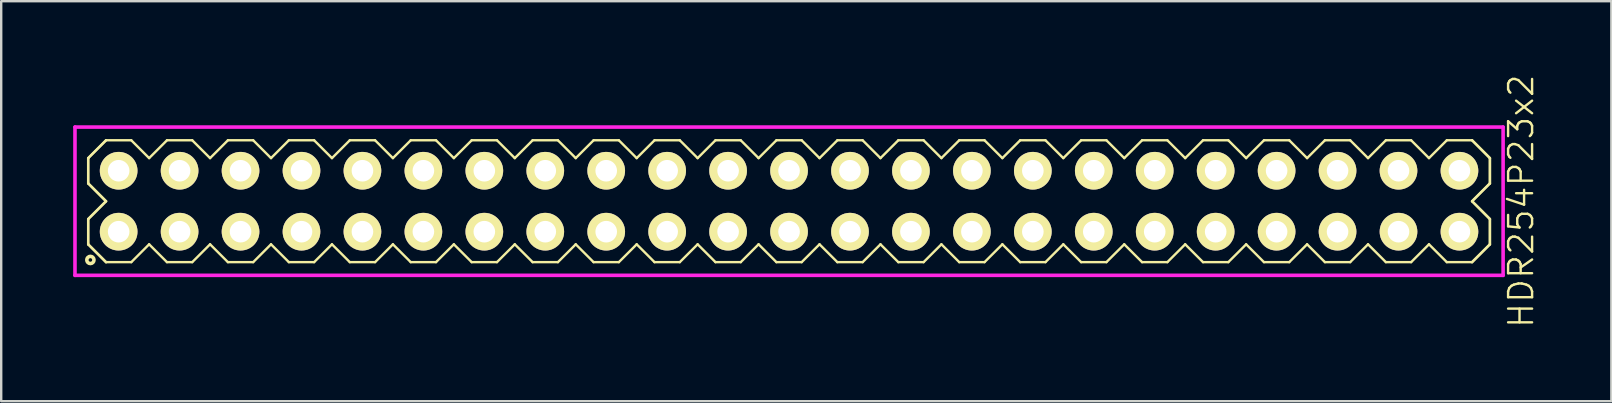
<source format=kicad_pcb>
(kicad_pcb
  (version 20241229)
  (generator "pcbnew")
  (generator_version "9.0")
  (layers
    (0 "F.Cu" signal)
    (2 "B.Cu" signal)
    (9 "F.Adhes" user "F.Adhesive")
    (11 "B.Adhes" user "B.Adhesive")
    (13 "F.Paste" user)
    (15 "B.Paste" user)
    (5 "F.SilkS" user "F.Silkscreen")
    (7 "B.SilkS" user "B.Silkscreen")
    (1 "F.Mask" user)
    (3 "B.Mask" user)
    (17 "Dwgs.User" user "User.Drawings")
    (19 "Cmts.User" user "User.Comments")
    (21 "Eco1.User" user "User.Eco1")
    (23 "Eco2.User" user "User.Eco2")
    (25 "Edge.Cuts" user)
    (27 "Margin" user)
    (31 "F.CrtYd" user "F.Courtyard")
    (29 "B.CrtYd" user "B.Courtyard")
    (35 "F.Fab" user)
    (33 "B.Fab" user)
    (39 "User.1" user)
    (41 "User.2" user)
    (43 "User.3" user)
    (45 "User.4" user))
  (footprint "HDR254P23x2"
    (layer "F.Cu")
    (at 29.835 5.336)
    (property "Reference" "HDR254P23x2" (at 30.51 0 90) (layer "F.SilkS") (effects (font (size 1 1) (thickness 0.1))))
    (attr through_hole)
    (fp_line (start -29.21 -1.796) (end -28.466 -2.54) (stroke (width 0.1) (type solid)) (layer "F.SilkS"))
    (fp_line (start -29.21 -1.796) (end -28.466 -2.54) (stroke (width 0.1) (type solid)) (layer "F.SilkS"))
    (fp_line (start -29.21 -0.744) (end -29.21 -1.796) (stroke (width 0.1) (type solid)) (layer "F.SilkS"))
    (fp_line (start -29.21 -0.744) (end -29.21 -1.796) (stroke (width 0.1) (type solid)) (layer "F.SilkS"))
    (fp_line (start -29.21 0.744) (end -28.466 0) (stroke (width 0.1) (type solid)) (layer "F.SilkS"))
    (fp_line (start -29.21 0.744) (end -28.466 0) (stroke (width 0.1) (type solid)) (layer "F.SilkS"))
    (fp_line (start -29.21 1.796) (end -29.21 0.744) (stroke (width 0.1) (type solid)) (layer "F.SilkS"))
    (fp_line (start -29.21 1.796) (end -29.21 0.744) (stroke (width 0.1) (type solid)) (layer "F.SilkS"))
    (fp_line (start -28.466 -2.54) (end -27.414 -2.54) (stroke (width 0.1) (type solid)) (layer "F.SilkS"))
    (fp_line (start -28.466 0) (end -29.21 -0.744) (stroke (width 0.1) (type solid)) (layer "F.SilkS"))
    (fp_line (start -28.466 0) (end -29.21 -0.744) (stroke (width 0.1) (type solid)) (layer "F.SilkS"))
    (fp_line (start -28.466 2.54) (end -29.21 1.796) (stroke (width 0.1) (type solid)) (layer "F.SilkS"))
    (fp_line (start -28.466 2.54) (end -29.21 1.796) (stroke (width 0.1) (type solid)) (layer "F.SilkS"))
    (fp_line (start -27.414 -2.54) (end -26.67 -1.796) (stroke (width 0.1) (type solid)) (layer "F.SilkS"))
    (fp_line (start -27.414 2.54) (end -28.466 2.54) (stroke (width 0.1) (type solid)) (layer "F.SilkS"))
    (fp_line (start -26.67 -1.796) (end -25.926 -2.54) (stroke (width 0.1) (type solid)) (layer "F.SilkS"))
    (fp_line (start -26.67 1.796) (end -27.414 2.54) (stroke (width 0.1) (type solid)) (layer "F.SilkS"))
    (fp_line (start -25.926 -2.54) (end -24.874 -2.54) (stroke (width 0.1) (type solid)) (layer "F.SilkS"))
    (fp_line (start -25.926 2.54) (end -26.67 1.796) (stroke (width 0.1) (type solid)) (layer "F.SilkS"))
    (fp_line (start -24.874 -2.54) (end -24.13 -1.796) (stroke (width 0.1) (type solid)) (layer "F.SilkS"))
    (fp_line (start -24.874 2.54) (end -25.926 2.54) (stroke (width 0.1) (type solid)) (layer "F.SilkS"))
    (fp_line (start -24.13 -1.796) (end -23.386 -2.54) (stroke (width 0.1) (type solid)) (layer "F.SilkS"))
    (fp_line (start -24.13 1.796) (end -24.874 2.54) (stroke (width 0.1) (type solid)) (layer "F.SilkS"))
    (fp_line (start -23.386 -2.54) (end -22.334 -2.54) (stroke (width 0.1) (type solid)) (layer "F.SilkS"))
    (fp_line (start -23.386 2.54) (end -24.13 1.796) (stroke (width 0.1) (type solid)) (layer "F.SilkS"))
    (fp_line (start -22.334 -2.54) (end -21.59 -1.796) (stroke (width 0.1) (type solid)) (layer "F.SilkS"))
    (fp_line (start -22.334 2.54) (end -23.386 2.54) (stroke (width 0.1) (type solid)) (layer "F.SilkS"))
    (fp_line (start -21.59 -1.796) (end -20.846 -2.54) (stroke (width 0.1) (type solid)) (layer "F.SilkS"))
    (fp_line (start -21.59 1.796) (end -22.334 2.54) (stroke (width 0.1) (type solid)) (layer "F.SilkS"))
    (fp_line (start -20.846 -2.54) (end -19.794 -2.54) (stroke (width 0.1) (type solid)) (layer "F.SilkS"))
    (fp_line (start -20.846 2.54) (end -21.59 1.796) (stroke (width 0.1) (type solid)) (layer "F.SilkS"))
    (fp_line (start -19.794 -2.54) (end -19.05 -1.796) (stroke (width 0.1) (type solid)) (layer "F.SilkS"))
    (fp_line (start -19.794 2.54) (end -20.846 2.54) (stroke (width 0.1) (type solid)) (layer "F.SilkS"))
    (fp_line (start -19.05 -1.796) (end -18.306 -2.54) (stroke (width 0.1) (type solid)) (layer "F.SilkS"))
    (fp_line (start -19.05 1.796) (end -19.794 2.54) (stroke (width 0.1) (type solid)) (layer "F.SilkS"))
    (fp_line (start -18.306 -2.54) (end -17.254 -2.54) (stroke (width 0.1) (type solid)) (layer "F.SilkS"))
    (fp_line (start -18.306 2.54) (end -19.05 1.796) (stroke (width 0.1) (type solid)) (layer "F.SilkS"))
    (fp_line (start -17.254 -2.54) (end -16.51 -1.796) (stroke (width 0.1) (type solid)) (layer "F.SilkS"))
    (fp_line (start -17.254 2.54) (end -18.306 2.54) (stroke (width 0.1) (type solid)) (layer "F.SilkS"))
    (fp_line (start -16.51 -1.796) (end -15.766 -2.54) (stroke (width 0.1) (type solid)) (layer "F.SilkS"))
    (fp_line (start -16.51 1.796) (end -17.254 2.54) (stroke (width 0.1) (type solid)) (layer "F.SilkS"))
    (fp_line (start -15.766 -2.54) (end -14.714 -2.54) (stroke (width 0.1) (type solid)) (layer "F.SilkS"))
    (fp_line (start -15.766 2.54) (end -16.51 1.796) (stroke (width 0.1) (type solid)) (layer "F.SilkS"))
    (fp_line (start -14.714 -2.54) (end -13.97 -1.796) (stroke (width 0.1) (type solid)) (layer "F.SilkS"))
    (fp_line (start -14.714 2.54) (end -15.766 2.54) (stroke (width 0.1) (type solid)) (layer "F.SilkS"))
    (fp_line (start -13.97 -1.796) (end -13.226 -2.54) (stroke (width 0.1) (type solid)) (layer "F.SilkS"))
    (fp_line (start -13.97 1.796) (end -14.714 2.54) (stroke (width 0.1) (type solid)) (layer "F.SilkS"))
    (fp_line (start -13.226 -2.54) (end -12.174 -2.54) (stroke (width 0.1) (type solid)) (layer "F.SilkS"))
    (fp_line (start -13.226 2.54) (end -13.97 1.796) (stroke (width 0.1) (type solid)) (layer "F.SilkS"))
    (fp_line (start -12.174 -2.54) (end -11.43 -1.796) (stroke (width 0.1) (type solid)) (layer "F.SilkS"))
    (fp_line (start -12.174 2.54) (end -13.226 2.54) (stroke (width 0.1) (type solid)) (layer "F.SilkS"))
    (fp_line (start -11.43 -1.796) (end -10.686 -2.54) (stroke (width 0.1) (type solid)) (layer "F.SilkS"))
    (fp_line (start -11.43 1.796) (end -12.174 2.54) (stroke (width 0.1) (type solid)) (layer "F.SilkS"))
    (fp_line (start -10.686 -2.54) (end -9.634 -2.54) (stroke (width 0.1) (type solid)) (layer "F.SilkS"))
    (fp_line (start -10.686 2.54) (end -11.43 1.796) (stroke (width 0.1) (type solid)) (layer "F.SilkS"))
    (fp_line (start -9.634 -2.54) (end -8.89 -1.796) (stroke (width 0.1) (type solid)) (layer "F.SilkS"))
    (fp_line (start -9.634 2.54) (end -10.686 2.54) (stroke (width 0.1) (type solid)) (layer "F.SilkS"))
    (fp_line (start -8.89 -1.796) (end -8.146 -2.54) (stroke (width 0.1) (type solid)) (layer "F.SilkS"))
    (fp_line (start -8.89 1.796) (end -9.634 2.54) (stroke (width 0.1) (type solid)) (layer "F.SilkS"))
    (fp_line (start -8.146 -2.54) (end -7.094 -2.54) (stroke (width 0.1) (type solid)) (layer "F.SilkS"))
    (fp_line (start -8.146 2.54) (end -8.89 1.796) (stroke (width 0.1) (type solid)) (layer "F.SilkS"))
    (fp_line (start -7.094 -2.54) (end -6.35 -1.796) (stroke (width 0.1) (type solid)) (layer "F.SilkS"))
    (fp_line (start -7.094 2.54) (end -8.146 2.54) (stroke (width 0.1) (type solid)) (layer "F.SilkS"))
    (fp_line (start -6.35 -1.796) (end -5.606 -2.54) (stroke (width 0.1) (type solid)) (layer "F.SilkS"))
    (fp_line (start -6.35 1.796) (end -7.094 2.54) (stroke (width 0.1) (type solid)) (layer "F.SilkS"))
    (fp_line (start -5.606 -2.54) (end -4.554 -2.54) (stroke (width 0.1) (type solid)) (layer "F.SilkS"))
    (fp_line (start -5.606 2.54) (end -6.35 1.796) (stroke (width 0.1) (type solid)) (layer "F.SilkS"))
    (fp_line (start -4.554 -2.54) (end -3.81 -1.796) (stroke (width 0.1) (type solid)) (layer "F.SilkS"))
    (fp_line (start -4.554 2.54) (end -5.606 2.54) (stroke (width 0.1) (type solid)) (layer "F.SilkS"))
    (fp_line (start -3.81 -1.796) (end -3.066 -2.54) (stroke (width 0.1) (type solid)) (layer "F.SilkS"))
    (fp_line (start -3.81 1.796) (end -4.554 2.54) (stroke (width 0.1) (type solid)) (layer "F.SilkS"))
    (fp_line (start -3.066 -2.54) (end -2.014 -2.54) (stroke (width 0.1) (type solid)) (layer "F.SilkS"))
    (fp_line (start -3.066 2.54) (end -3.81 1.796) (stroke (width 0.1) (type solid)) (layer "F.SilkS"))
    (fp_line (start -2.014 -2.54) (end -1.27 -1.796) (stroke (width 0.1) (type solid)) (layer "F.SilkS"))
    (fp_line (start -2.014 2.54) (end -3.066 2.54) (stroke (width 0.1) (type solid)) (layer "F.SilkS"))
    (fp_line (start -1.27 -1.796) (end -0.526 -2.54) (stroke (width 0.1) (type solid)) (layer "F.SilkS"))
    (fp_line (start -1.27 1.796) (end -2.014 2.54) (stroke (width 0.1) (type solid)) (layer "F.SilkS"))
    (fp_line (start -0.526 -2.54) (end 0.526 -2.54) (stroke (width 0.1) (type solid)) (layer "F.SilkS"))
    (fp_line (start -0.526 2.54) (end -1.27 1.796) (stroke (width 0.1) (type solid)) (layer "F.SilkS"))
    (fp_line (start 0.526 -2.54) (end 1.27 -1.796) (stroke (width 0.1) (type solid)) (layer "F.SilkS"))
    (fp_line (start 0.526 2.54) (end -0.526 2.54) (stroke (width 0.1) (type solid)) (layer "F.SilkS"))
    (fp_line (start 1.27 -1.796) (end 2.014 -2.54) (stroke (width 0.1) (type solid)) (layer "F.SilkS"))
    (fp_line (start 1.27 1.796) (end 0.526 2.54) (stroke (width 0.1) (type solid)) (layer "F.SilkS"))
    (fp_line (start 2.014 -2.54) (end 3.066 -2.54) (stroke (width 0.1) (type solid)) (layer "F.SilkS"))
    (fp_line (start 2.014 2.54) (end 1.27 1.796) (stroke (width 0.1) (type solid)) (layer "F.SilkS"))
    (fp_line (start 3.066 -2.54) (end 3.81 -1.796) (stroke (width 0.1) (type solid)) (layer "F.SilkS"))
    (fp_line (start 3.066 2.54) (end 2.014 2.54) (stroke (width 0.1) (type solid)) (layer "F.SilkS"))
    (fp_line (start 3.81 -1.796) (end 4.554 -2.54) (stroke (width 0.1) (type solid)) (layer "F.SilkS"))
    (fp_line (start 3.81 1.796) (end 3.066 2.54) (stroke (width 0.1) (type solid)) (layer "F.SilkS"))
    (fp_line (start 4.554 -2.54) (end 5.606 -2.54) (stroke (width 0.1) (type solid)) (layer "F.SilkS"))
    (fp_line (start 4.554 2.54) (end 3.81 1.796) (stroke (width 0.1) (type solid)) (layer "F.SilkS"))
    (fp_line (start 5.606 -2.54) (end 6.35 -1.796) (stroke (width 0.1) (type solid)) (layer "F.SilkS"))
    (fp_line (start 5.606 2.54) (end 4.554 2.54) (stroke (width 0.1) (type solid)) (layer "F.SilkS"))
    (fp_line (start 6.35 -1.796) (end 7.094 -2.54) (stroke (width 0.1) (type solid)) (layer "F.SilkS"))
    (fp_line (start 6.35 1.796) (end 5.606 2.54) (stroke (width 0.1) (type solid)) (layer "F.SilkS"))
    (fp_line (start 7.094 -2.54) (end 8.146 -2.54) (stroke (width 0.1) (type solid)) (layer "F.SilkS"))
    (fp_line (start 7.094 2.54) (end 6.35 1.796) (stroke (width 0.1) (type solid)) (layer "F.SilkS"))
    (fp_line (start 8.146 -2.54) (end 8.89 -1.796) (stroke (width 0.1) (type solid)) (layer "F.SilkS"))
    (fp_line (start 8.146 2.54) (end 7.094 2.54) (stroke (width 0.1) (type solid)) (layer "F.SilkS"))
    (fp_line (start 8.89 -1.796) (end 9.634 -2.54) (stroke (width 0.1) (type solid)) (layer "F.SilkS"))
    (fp_line (start 8.89 1.796) (end 8.146 2.54) (stroke (width 0.1) (type solid)) (layer "F.SilkS"))
    (fp_line (start 9.634 -2.54) (end 10.686 -2.54) (stroke (width 0.1) (type solid)) (layer "F.SilkS"))
    (fp_line (start 9.634 2.54) (end 8.89 1.796) (stroke (width 0.1) (type solid)) (layer "F.SilkS"))
    (fp_line (start 10.686 -2.54) (end 11.43 -1.796) (stroke (width 0.1) (type solid)) (layer "F.SilkS"))
    (fp_line (start 10.686 2.54) (end 9.634 2.54) (stroke (width 0.1) (type solid)) (layer "F.SilkS"))
    (fp_line (start 11.43 -1.796) (end 12.174 -2.54) (stroke (width 0.1) (type solid)) (layer "F.SilkS"))
    (fp_line (start 11.43 1.796) (end 10.686 2.54) (stroke (width 0.1) (type solid)) (layer "F.SilkS"))
    (fp_line (start 12.174 -2.54) (end 13.226 -2.54) (stroke (width 0.1) (type solid)) (layer "F.SilkS"))
    (fp_line (start 12.174 2.54) (end 11.43 1.796) (stroke (width 0.1) (type solid)) (layer "F.SilkS"))
    (fp_line (start 13.226 -2.54) (end 13.97 -1.796) (stroke (width 0.1) (type solid)) (layer "F.SilkS"))
    (fp_line (start 13.226 2.54) (end 12.174 2.54) (stroke (width 0.1) (type solid)) (layer "F.SilkS"))
    (fp_line (start 13.97 -1.796) (end 14.714 -2.54) (stroke (width 0.1) (type solid)) (layer "F.SilkS"))
    (fp_line (start 13.97 1.796) (end 13.226 2.54) (stroke (width 0.1) (type solid)) (layer "F.SilkS"))
    (fp_line (start 14.714 -2.54) (end 15.766 -2.54) (stroke (width 0.1) (type solid)) (layer "F.SilkS"))
    (fp_line (start 14.714 2.54) (end 13.97 1.796) (stroke (width 0.1) (type solid)) (layer "F.SilkS"))
    (fp_line (start 15.766 -2.54) (end 16.51 -1.796) (stroke (width 0.1) (type solid)) (layer "F.SilkS"))
    (fp_line (start 15.766 2.54) (end 14.714 2.54) (stroke (width 0.1) (type solid)) (layer "F.SilkS"))
    (fp_line (start 16.51 -1.796) (end 17.254 -2.54) (stroke (width 0.1) (type solid)) (layer "F.SilkS"))
    (fp_line (start 16.51 1.796) (end 15.766 2.54) (stroke (width 0.1) (type solid)) (layer "F.SilkS"))
    (fp_line (start 17.254 -2.54) (end 18.306 -2.54) (stroke (width 0.1) (type solid)) (layer "F.SilkS"))
    (fp_line (start 17.254 2.54) (end 16.51 1.796) (stroke (width 0.1) (type solid)) (layer "F.SilkS"))
    (fp_line (start 18.306 -2.54) (end 19.05 -1.796) (stroke (width 0.1) (type solid)) (layer "F.SilkS"))
    (fp_line (start 18.306 2.54) (end 17.254 2.54) (stroke (width 0.1) (type solid)) (layer "F.SilkS"))
    (fp_line (start 19.05 -1.796) (end 19.794 -2.54) (stroke (width 0.1) (type solid)) (layer "F.SilkS"))
    (fp_line (start 19.05 1.796) (end 18.306 2.54) (stroke (width 0.1) (type solid)) (layer "F.SilkS"))
    (fp_line (start 19.794 -2.54) (end 20.846 -2.54) (stroke (width 0.1) (type solid)) (layer "F.SilkS"))
    (fp_line (start 19.794 2.54) (end 19.05 1.796) (stroke (width 0.1) (type solid)) (layer "F.SilkS"))
    (fp_line (start 20.846 -2.54) (end 21.59 -1.796) (stroke (width 0.1) (type solid)) (layer "F.SilkS"))
    (fp_line (start 20.846 2.54) (end 19.794 2.54) (stroke (width 0.1) (type solid)) (layer "F.SilkS"))
    (fp_line (start 21.59 -1.796) (end 22.334 -2.54) (stroke (width 0.1) (type solid)) (layer "F.SilkS"))
    (fp_line (start 21.59 1.796) (end 20.846 2.54) (stroke (width 0.1) (type solid)) (layer "F.SilkS"))
    (fp_line (start 22.334 -2.54) (end 23.386 -2.54) (stroke (width 0.1) (type solid)) (layer "F.SilkS"))
    (fp_line (start 22.334 2.54) (end 21.59 1.796) (stroke (width 0.1) (type solid)) (layer "F.SilkS"))
    (fp_line (start 23.386 -2.54) (end 24.13 -1.796) (stroke (width 0.1) (type solid)) (layer "F.SilkS"))
    (fp_line (start 23.386 2.54) (end 22.334 2.54) (stroke (width 0.1) (type solid)) (layer "F.SilkS"))
    (fp_line (start 24.13 -1.796) (end 24.874 -2.54) (stroke (width 0.1) (type solid)) (layer "F.SilkS"))
    (fp_line (start 24.13 1.796) (end 23.386 2.54) (stroke (width 0.1) (type solid)) (layer "F.SilkS"))
    (fp_line (start 24.874 -2.54) (end 25.926 -2.54) (stroke (width 0.1) (type solid)) (layer "F.SilkS"))
    (fp_line (start 24.874 2.54) (end 24.13 1.796) (stroke (width 0.1) (type solid)) (layer "F.SilkS"))
    (fp_line (start 25.926 -2.54) (end 26.67 -1.796) (stroke (width 0.1) (type solid)) (layer "F.SilkS"))
    (fp_line (start 25.926 2.54) (end 24.874 2.54) (stroke (width 0.1) (type solid)) (layer "F.SilkS"))
    (fp_line (start 26.67 -1.796) (end 27.414 -2.54) (stroke (width 0.1) (type solid)) (layer "F.SilkS"))
    (fp_line (start 26.67 1.796) (end 25.926 2.54) (stroke (width 0.1) (type solid)) (layer "F.SilkS"))
    (fp_line (start 27.414 -2.54) (end 28.466 -2.54) (stroke (width 0.1) (type solid)) (layer "F.SilkS"))
    (fp_line (start 27.414 2.54) (end 26.67 1.796) (stroke (width 0.1) (type solid)) (layer "F.SilkS"))
    (fp_line (start 28.466 -2.54) (end 29.21 -1.796) (stroke (width 0.1) (type solid)) (layer "F.SilkS"))
    (fp_line (start 28.466 -2.54) (end 29.21 -1.796) (stroke (width 0.1) (type solid)) (layer "F.SilkS"))
    (fp_line (start 28.466 0) (end 29.21 0.744) (stroke (width 0.1) (type solid)) (layer "F.SilkS"))
    (fp_line (start 28.466 0) (end 29.21 0.744) (stroke (width 0.1) (type solid)) (layer "F.SilkS"))
    (fp_line (start 28.466 2.54) (end 27.414 2.54) (stroke (width 0.1) (type solid)) (layer "F.SilkS"))
    (fp_line (start 29.21 -1.796) (end 29.21 -0.744) (stroke (width 0.1) (type solid)) (layer "F.SilkS"))
    (fp_line (start 29.21 -1.796) (end 29.21 -0.744) (stroke (width 0.1) (type solid)) (layer "F.SilkS"))
    (fp_line (start 29.21 -0.744) (end 28.466 0) (stroke (width 0.1) (type solid)) (layer "F.SilkS"))
    (fp_line (start 29.21 -0.744) (end 28.466 0) (stroke (width 0.1) (type solid)) (layer "F.SilkS"))
    (fp_line (start 29.21 0.744) (end 29.21 1.796) (stroke (width 0.1) (type solid)) (layer "F.SilkS"))
    (fp_line (start 29.21 0.744) (end 29.21 1.796) (stroke (width 0.1) (type solid)) (layer "F.SilkS"))
    (fp_line (start 29.21 1.796) (end 28.466 2.54) (stroke (width 0.1) (type solid)) (layer "F.SilkS"))
    (fp_line (start 29.21 1.796) (end 28.466 2.54) (stroke (width 0.1) (type solid)) (layer "F.SilkS"))
    (fp_circle (center -29.118 2.448) (end -28.968 2.448) (stroke (width 0.15) (type solid)) (fill no) (layer "F.SilkS"))
    (fp_line (start -29.76 -3.09) (end -29.76 3.09) (stroke (width 0.15) (type solid)) (layer "F.CrtYd"))
    (fp_line (start -29.76 3.09) (end 29.76 3.09) (stroke (width 0.15) (type solid)) (layer "F.CrtYd"))
    (fp_line (start 29.76 -3.09) (end -29.76 -3.09) (stroke (width 0.15) (type solid)) (layer "F.CrtYd"))
    (fp_line (start 29.76 3.09) (end 29.76 -3.09) (stroke (width 0.15) (type solid)) (layer "F.CrtYd"))
    (pad "1" thru_hole oval (at -27.94 1.27) (size 1.57 1.57) (drill 0.9) (layers "*.Cu" "*.Mask" "F.SilkS"))
    (pad "2" thru_hole oval (at -27.94 -1.27) (size 1.57 1.57) (drill 0.9) (layers "*.Cu" "*.Mask" "F.SilkS"))
    (pad "3" thru_hole oval (at -25.4 1.27) (size 1.57 1.57) (drill 0.9) (layers "*.Cu" "*.Mask" "F.SilkS"))
    (pad "4" thru_hole oval (at -25.4 -1.27) (size 1.57 1.57) (drill 0.9) (layers "*.Cu" "*.Mask" "F.SilkS"))
    (pad "5" thru_hole oval (at -22.86 1.27) (size 1.57 1.57) (drill 0.9) (layers "*.Cu" "*.Mask" "F.SilkS"))
    (pad "6" thru_hole oval (at -22.86 -1.27) (size 1.57 1.57) (drill 0.9) (layers "*.Cu" "*.Mask" "F.SilkS"))
    (pad "7" thru_hole oval (at -20.32 1.27) (size 1.57 1.57) (drill 0.9) (layers "*.Cu" "*.Mask" "F.SilkS"))
    (pad "8" thru_hole oval (at -20.32 -1.27) (size 1.57 1.57) (drill 0.9) (layers "*.Cu" "*.Mask" "F.SilkS"))
    (pad "9" thru_hole oval (at -17.78 1.27) (size 1.57 1.57) (drill 0.9) (layers "*.Cu" "*.Mask" "F.SilkS"))
    (pad "10" thru_hole oval (at -17.78 -1.27) (size 1.57 1.57) (drill 0.9) (layers "*.Cu" "*.Mask" "F.SilkS"))
    (pad "11" thru_hole oval (at -15.24 1.27) (size 1.57 1.57) (drill 0.9) (layers "*.Cu" "*.Mask" "F.SilkS"))
    (pad "12" thru_hole oval (at -15.24 -1.27) (size 1.57 1.57) (drill 0.9) (layers "*.Cu" "*.Mask" "F.SilkS"))
    (pad "13" thru_hole oval (at -12.7 1.27) (size 1.57 1.57) (drill 0.9) (layers "*.Cu" "*.Mask" "F.SilkS"))
    (pad "14" thru_hole oval (at -12.7 -1.27) (size 1.57 1.57) (drill 0.9) (layers "*.Cu" "*.Mask" "F.SilkS"))
    (pad "15" thru_hole oval (at -10.16 1.27) (size 1.57 1.57) (drill 0.9) (layers "*.Cu" "*.Mask" "F.SilkS"))
    (pad "16" thru_hole oval (at -10.16 -1.27) (size 1.57 1.57) (drill 0.9) (layers "*.Cu" "*.Mask" "F.SilkS"))
    (pad "17" thru_hole oval (at -7.62 1.27) (size 1.57 1.57) (drill 0.9) (layers "*.Cu" "*.Mask" "F.SilkS"))
    (pad "18" thru_hole oval (at -7.62 -1.27) (size 1.57 1.57) (drill 0.9) (layers "*.Cu" "*.Mask" "F.SilkS"))
    (pad "19" thru_hole oval (at -5.08 1.27) (size 1.57 1.57) (drill 0.9) (layers "*.Cu" "*.Mask" "F.SilkS"))
    (pad "20" thru_hole oval (at -5.08 -1.27) (size 1.57 1.57) (drill 0.9) (layers "*.Cu" "*.Mask" "F.SilkS"))
    (pad "21" thru_hole oval (at -2.54 1.27) (size 1.57 1.57) (drill 0.9) (layers "*.Cu" "*.Mask" "F.SilkS"))
    (pad "22" thru_hole oval (at -2.54 -1.27) (size 1.57 1.57) (drill 0.9) (layers "*.Cu" "*.Mask" "F.SilkS"))
    (pad "23" thru_hole oval (at 0 1.27) (size 1.57 1.57) (drill 0.9) (layers "*.Cu" "*.Mask" "F.SilkS"))
    (pad "24" thru_hole oval (at 0 -1.27) (size 1.57 1.57) (drill 0.9) (layers "*.Cu" "*.Mask" "F.SilkS"))
    (pad "25" thru_hole oval (at 2.54 1.27) (size 1.57 1.57) (drill 0.9) (layers "*.Cu" "*.Mask" "F.SilkS"))
    (pad "26" thru_hole oval (at 2.54 -1.27) (size 1.57 1.57) (drill 0.9) (layers "*.Cu" "*.Mask" "F.SilkS"))
    (pad "27" thru_hole oval (at 5.08 1.27) (size 1.57 1.57) (drill 0.9) (layers "*.Cu" "*.Mask" "F.SilkS"))
    (pad "28" thru_hole oval (at 5.08 -1.27) (size 1.57 1.57) (drill 0.9) (layers "*.Cu" "*.Mask" "F.SilkS"))
    (pad "29" thru_hole oval (at 7.62 1.27) (size 1.57 1.57) (drill 0.9) (layers "*.Cu" "*.Mask" "F.SilkS"))
    (pad "30" thru_hole oval (at 7.62 -1.27) (size 1.57 1.57) (drill 0.9) (layers "*.Cu" "*.Mask" "F.SilkS"))
    (pad "31" thru_hole oval (at 10.16 1.27) (size 1.57 1.57) (drill 0.9) (layers "*.Cu" "*.Mask" "F.SilkS"))
    (pad "32" thru_hole oval (at 10.16 -1.27) (size 1.57 1.57) (drill 0.9) (layers "*.Cu" "*.Mask" "F.SilkS"))
    (pad "33" thru_hole oval (at 12.7 1.27) (size 1.57 1.57) (drill 0.9) (layers "*.Cu" "*.Mask" "F.SilkS"))
    (pad "34" thru_hole oval (at 12.7 -1.27) (size 1.57 1.57) (drill 0.9) (layers "*.Cu" "*.Mask" "F.SilkS"))
    (pad "35" thru_hole oval (at 15.24 1.27) (size 1.57 1.57) (drill 0.9) (layers "*.Cu" "*.Mask" "F.SilkS"))
    (pad "36" thru_hole oval (at 15.24 -1.27) (size 1.57 1.57) (drill 0.9) (layers "*.Cu" "*.Mask" "F.SilkS"))
    (pad "37" thru_hole oval (at 17.78 1.27) (size 1.57 1.57) (drill 0.9) (layers "*.Cu" "*.Mask" "F.SilkS"))
    (pad "38" thru_hole oval (at 17.78 -1.27) (size 1.57 1.57) (drill 0.9) (layers "*.Cu" "*.Mask" "F.SilkS"))
    (pad "39" thru_hole oval (at 20.32 1.27) (size 1.57 1.57) (drill 0.9) (layers "*.Cu" "*.Mask" "F.SilkS"))
    (pad "40" thru_hole oval (at 20.32 -1.27) (size 1.57 1.57) (drill 0.9) (layers "*.Cu" "*.Mask" "F.SilkS"))
    (pad "41" thru_hole oval (at 22.86 1.27) (size 1.57 1.57) (drill 0.9) (layers "*.Cu" "*.Mask" "F.SilkS"))
    (pad "42" thru_hole oval (at 22.86 -1.27) (size 1.57 1.57) (drill 0.9) (layers "*.Cu" "*.Mask" "F.SilkS"))
    (pad "43" thru_hole oval (at 25.4 1.27) (size 1.57 1.57) (drill 0.9) (layers "*.Cu" "*.Mask" "F.SilkS"))
    (pad "44" thru_hole oval (at 25.4 -1.27) (size 1.57 1.57) (drill 0.9) (layers "*.Cu" "*.Mask" "F.SilkS"))
    (pad "45" thru_hole oval (at 27.94 1.27) (size 1.57 1.57) (drill 0.9) (layers "*.Cu" "*.Mask" "F.SilkS"))
    (pad "46" thru_hole oval (at 27.94 -1.27) (size 1.57 1.57) (drill 0.9) (layers "*.Cu" "*.Mask" "F.SilkS")))
  (gr_rect
    (start -3 -3)
    (end 64.106 13.671)
    (stroke (width 0.1) (type default))
    (fill no)
    (layer "Edge.Cuts")))
</source>
